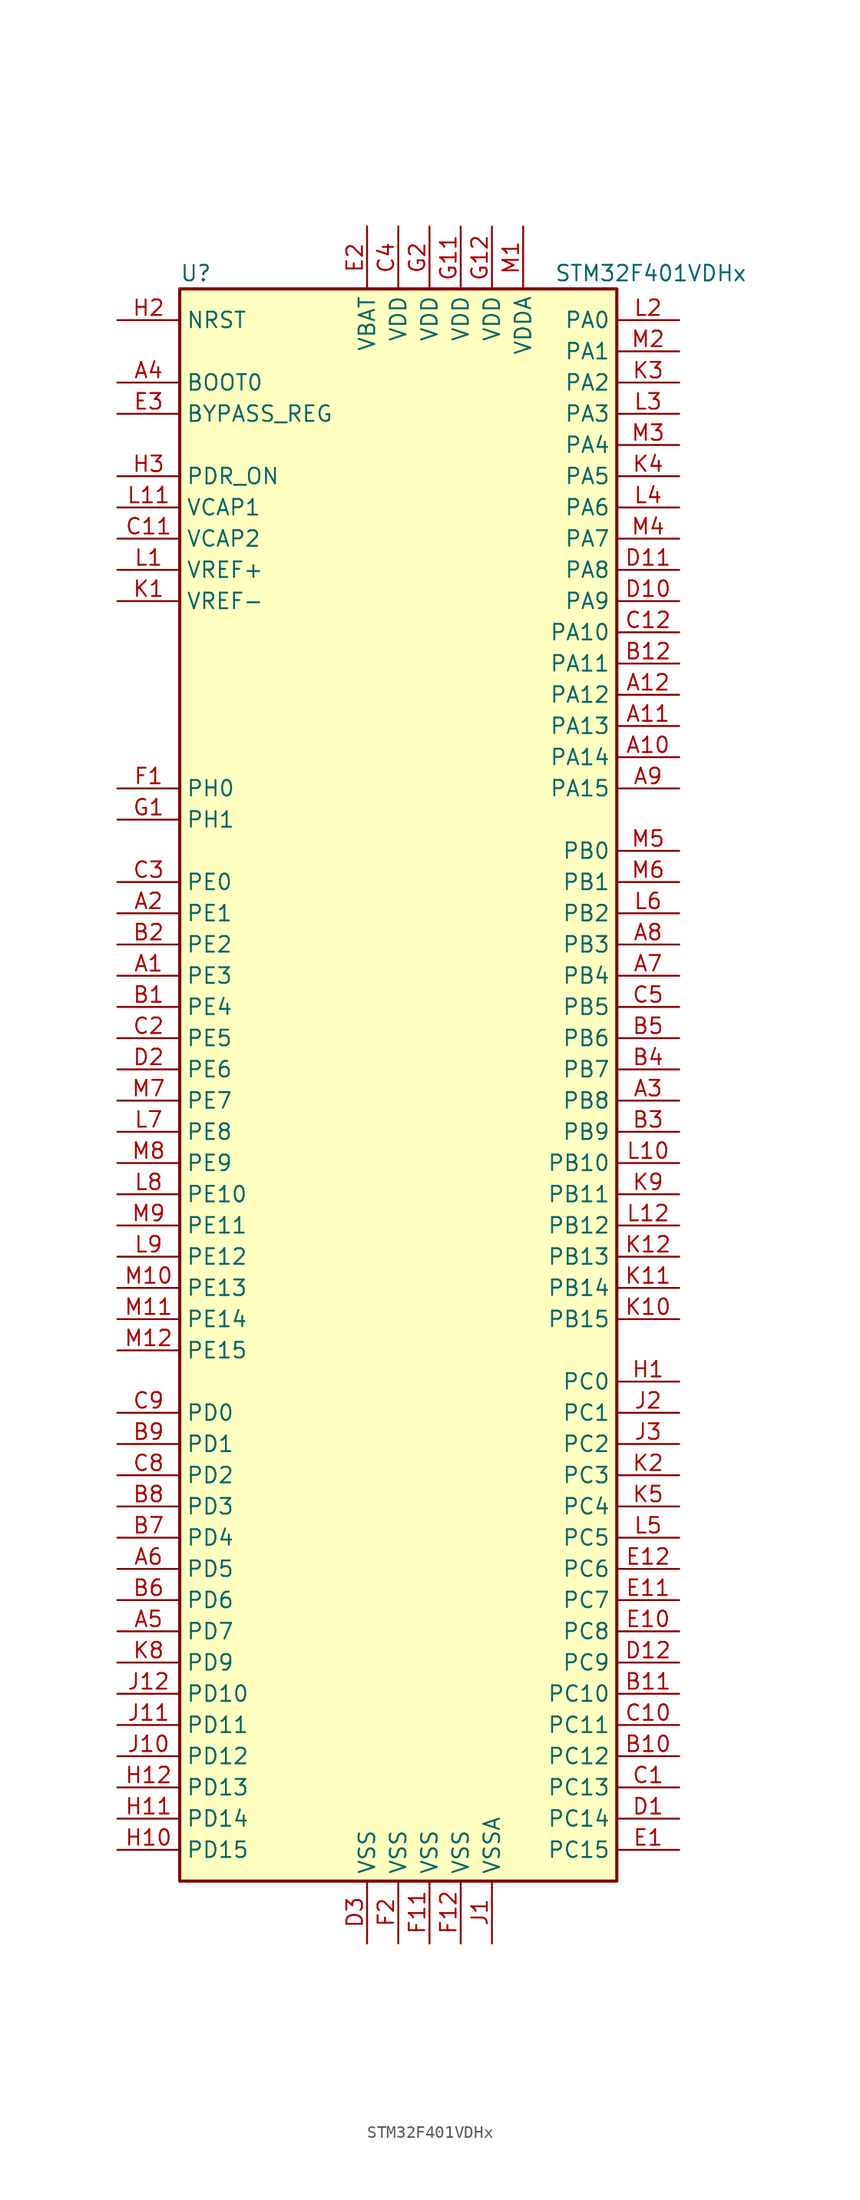
<source format=kicad_sym>
(kicad_symbol_lib
  (version 20220914)
  (generator kicad_symbol_editor)
  (symbol "STM32F401VDHx"
    (property "Reference" "U"
      (at -17.78 64.77 0)
      (effects (font (size 1.27 1.27)) (justify left)))
    (property "Value" "STM32F401VDHx"
      (at 12.7 64.77 0)
      (effects (font (size 1.27 1.27)) (justify left)))
    (symbol "STM32F401VDHx_0_1"
      (rectangle (start -17.78 -66.04) (end 17.78 63.5) (stroke (width 0.254) (type default)) (fill (type background))))
    (symbol "STM32F401VDHx_1_1"
      (pin bidirectional line (at -22.86 7.62 0) (length 5.08) (name "PE3" (effects (font (size 1.27 1.27)))) (number "A1" (effects (font (size 1.27 1.27)))))
      (pin bidirectional line (at 22.86 25.4 180) (length 5.08) (name "PA14" (effects (font (size 1.27 1.27)))) (number "A10" (effects (font (size 1.27 1.27)))))
      (pin bidirectional line (at 22.86 27.94 180) (length 5.08) (name "PA13" (effects (font (size 1.27 1.27)))) (number "A11" (effects (font (size 1.27 1.27)))))
      (pin bidirectional line (at 22.86 30.48 180) (length 5.08) (name "PA12" (effects (font (size 1.27 1.27)))) (number "A12" (effects (font (size 1.27 1.27)))))
      (pin bidirectional line (at -22.86 12.7 0) (length 5.08) (name "PE1" (effects (font (size 1.27 1.27)))) (number "A2" (effects (font (size 1.27 1.27)))))
      (pin bidirectional line (at 22.86 -2.54 180) (length 5.08) (name "PB8" (effects (font (size 1.27 1.27)))) (number "A3" (effects (font (size 1.27 1.27)))))
      (pin input line (at -22.86 55.88 0) (length 5.08) (name "BOOT0" (effects (font (size 1.27 1.27)))) (number "A4" (effects (font (size 1.27 1.27)))))
      (pin bidirectional line (at -22.86 -45.72 0) (length 5.08) (name "PD7" (effects (font (size 1.27 1.27)))) (number "A5" (effects (font (size 1.27 1.27)))))
      (pin bidirectional line (at -22.86 -40.64 0) (length 5.08) (name "PD5" (effects (font (size 1.27 1.27)))) (number "A6" (effects (font (size 1.27 1.27)))))
      (pin bidirectional line (at 22.86 7.62 180) (length 5.08) (name "PB4" (effects (font (size 1.27 1.27)))) (number "A7" (effects (font (size 1.27 1.27)))))
      (pin bidirectional line (at 22.86 10.16 180) (length 5.08) (name "PB3" (effects (font (size 1.27 1.27)))) (number "A8" (effects (font (size 1.27 1.27)))))
      (pin bidirectional line (at 22.86 22.86 180) (length 5.08) (name "PA15" (effects (font (size 1.27 1.27)))) (number "A9" (effects (font (size 1.27 1.27)))))
      (pin bidirectional line (at -22.86 5.08 0) (length 5.08) (name "PE4" (effects (font (size 1.27 1.27)))) (number "B1" (effects (font (size 1.27 1.27)))))
      (pin bidirectional line (at 22.86 -55.88 180) (length 5.08) (name "PC12" (effects (font (size 1.27 1.27)))) (number "B10" (effects (font (size 1.27 1.27)))))
      (pin bidirectional line (at 22.86 -50.8 180) (length 5.08) (name "PC10" (effects (font (size 1.27 1.27)))) (number "B11" (effects (font (size 1.27 1.27)))))
      (pin bidirectional line (at 22.86 33.02 180) (length 5.08) (name "PA11" (effects (font (size 1.27 1.27)))) (number "B12" (effects (font (size 1.27 1.27)))))
      (pin bidirectional line (at -22.86 10.16 0) (length 5.08) (name "PE2" (effects (font (size 1.27 1.27)))) (number "B2" (effects (font (size 1.27 1.27)))))
      (pin bidirectional line (at 22.86 -5.08 180) (length 5.08) (name "PB9" (effects (font (size 1.27 1.27)))) (number "B3" (effects (font (size 1.27 1.27)))))
      (pin bidirectional line (at 22.86 0 180) (length 5.08) (name "PB7" (effects (font (size 1.27 1.27)))) (number "B4" (effects (font (size 1.27 1.27)))))
      (pin bidirectional line (at 22.86 2.54 180) (length 5.08) (name "PB6" (effects (font (size 1.27 1.27)))) (number "B5" (effects (font (size 1.27 1.27)))))
      (pin bidirectional line (at -22.86 -43.18 0) (length 5.08) (name "PD6" (effects (font (size 1.27 1.27)))) (number "B6" (effects (font (size 1.27 1.27)))))
      (pin bidirectional line (at -22.86 -38.1 0) (length 5.08) (name "PD4" (effects (font (size 1.27 1.27)))) (number "B7" (effects (font (size 1.27 1.27)))))
      (pin bidirectional line (at -22.86 -35.56 0) (length 5.08) (name "PD3" (effects (font (size 1.27 1.27)))) (number "B8" (effects (font (size 1.27 1.27)))))
      (pin bidirectional line (at -22.86 -30.48 0) (length 5.08) (name "PD1" (effects (font (size 1.27 1.27)))) (number "B9" (effects (font (size 1.27 1.27)))))
      (pin bidirectional line (at 22.86 -58.42 180) (length 5.08) (name "PC13" (effects (font (size 1.27 1.27)))) (number "C1" (effects (font (size 1.27 1.27)))))
      (pin bidirectional line (at 22.86 -53.34 180) (length 5.08) (name "PC11" (effects (font (size 1.27 1.27)))) (number "C10" (effects (font (size 1.27 1.27)))))
      (pin power_in line (at -22.86 43.18 0) (length 5.08) (name "VCAP2" (effects (font (size 1.27 1.27)))) (number "C11" (effects (font (size 1.27 1.27)))))
      (pin bidirectional line (at 22.86 35.56 180) (length 5.08) (name "PA10" (effects (font (size 1.27 1.27)))) (number "C12" (effects (font (size 1.27 1.27)))))
      (pin bidirectional line (at -22.86 2.54 0) (length 5.08) (name "PE5" (effects (font (size 1.27 1.27)))) (number "C2" (effects (font (size 1.27 1.27)))))
      (pin bidirectional line (at -22.86 15.24 0) (length 5.08) (name "PE0" (effects (font (size 1.27 1.27)))) (number "C3" (effects (font (size 1.27 1.27)))))
      (pin power_in line (at 0 68.58 270) (length 5.08) (name "VDD" (effects (font (size 1.27 1.27)))) (number "C4" (effects (font (size 1.27 1.27)))))
      (pin bidirectional line (at 22.86 5.08 180) (length 5.08) (name "PB5" (effects (font (size 1.27 1.27)))) (number "C5" (effects (font (size 1.27 1.27)))))
      (pin bidirectional line (at -22.86 -33.02 0) (length 5.08) (name "PD2" (effects (font (size 1.27 1.27)))) (number "C8" (effects (font (size 1.27 1.27)))))
      (pin bidirectional line (at -22.86 -27.94 0) (length 5.08) (name "PD0" (effects (font (size 1.27 1.27)))) (number "C9" (effects (font (size 1.27 1.27)))))
      (pin bidirectional line (at 22.86 -60.96 180) (length 5.08) (name "PC14" (effects (font (size 1.27 1.27)))) (number "D1" (effects (font (size 1.27 1.27)))))
      (pin bidirectional line (at 22.86 38.1 180) (length 5.08) (name "PA9" (effects (font (size 1.27 1.27)))) (number "D10" (effects (font (size 1.27 1.27)))))
      (pin bidirectional line (at 22.86 40.64 180) (length 5.08) (name "PA8" (effects (font (size 1.27 1.27)))) (number "D11" (effects (font (size 1.27 1.27)))))
      (pin bidirectional line (at 22.86 -48.26 180) (length 5.08) (name "PC9" (effects (font (size 1.27 1.27)))) (number "D12" (effects (font (size 1.27 1.27)))))
      (pin bidirectional line (at -22.86 0 0) (length 5.08) (name "PE6" (effects (font (size 1.27 1.27)))) (number "D2" (effects (font (size 1.27 1.27)))))
      (pin power_in line (at -2.54 -71.12 90) (length 5.08) (name "VSS" (effects (font (size 1.27 1.27)))) (number "D3" (effects (font (size 1.27 1.27)))))
      (pin bidirectional line (at 22.86 -63.5 180) (length 5.08) (name "PC15" (effects (font (size 1.27 1.27)))) (number "E1" (effects (font (size 1.27 1.27)))))
      (pin bidirectional line (at 22.86 -45.72 180) (length 5.08) (name "PC8" (effects (font (size 1.27 1.27)))) (number "E10" (effects (font (size 1.27 1.27)))))
      (pin bidirectional line (at 22.86 -43.18 180) (length 5.08) (name "PC7" (effects (font (size 1.27 1.27)))) (number "E11" (effects (font (size 1.27 1.27)))))
      (pin bidirectional line (at 22.86 -40.64 180) (length 5.08) (name "PC6" (effects (font (size 1.27 1.27)))) (number "E12" (effects (font (size 1.27 1.27)))))
      (pin power_in line (at -2.54 68.58 270) (length 5.08) (name "VBAT" (effects (font (size 1.27 1.27)))) (number "E2" (effects (font (size 1.27 1.27)))))
      (pin input line (at -22.86 53.34 0) (length 5.08) (name "BYPASS_REG" (effects (font (size 1.27 1.27)))) (number "E3" (effects (font (size 1.27 1.27)))))
      (pin input line (at -22.86 22.86 0) (length 5.08) (name "PH0" (effects (font (size 1.27 1.27)))) (number "F1" (effects (font (size 1.27 1.27)))))
      (pin power_in line (at 2.54 -71.12 90) (length 5.08) (name "VSS" (effects (font (size 1.27 1.27)))) (number "F11" (effects (font (size 1.27 1.27)))))
      (pin power_in line (at 5.08 -71.12 90) (length 5.08) (name "VSS" (effects (font (size 1.27 1.27)))) (number "F12" (effects (font (size 1.27 1.27)))))
      (pin power_in line (at 0 -71.12 90) (length 5.08) (name "VSS" (effects (font (size 1.27 1.27)))) (number "F2" (effects (font (size 1.27 1.27)))))
      (pin input line (at -22.86 20.32 0) (length 5.08) (name "PH1" (effects (font (size 1.27 1.27)))) (number "G1" (effects (font (size 1.27 1.27)))))
      (pin power_in line (at 5.08 68.58 270) (length 5.08) (name "VDD" (effects (font (size 1.27 1.27)))) (number "G11" (effects (font (size 1.27 1.27)))))
      (pin power_in line (at 7.62 68.58 270) (length 5.08) (name "VDD" (effects (font (size 1.27 1.27)))) (number "G12" (effects (font (size 1.27 1.27)))))
      (pin power_in line (at 2.54 68.58 270) (length 5.08) (name "VDD" (effects (font (size 1.27 1.27)))) (number "G2" (effects (font (size 1.27 1.27)))))
      (pin bidirectional line (at 22.86 -25.4 180) (length 5.08) (name "PC0" (effects (font (size 1.27 1.27)))) (number "H1" (effects (font (size 1.27 1.27)))))
      (pin bidirectional line (at -22.86 -63.5 0) (length 5.08) (name "PD15" (effects (font (size 1.27 1.27)))) (number "H10" (effects (font (size 1.27 1.27)))))
      (pin bidirectional line (at -22.86 -60.96 0) (length 5.08) (name "PD14" (effects (font (size 1.27 1.27)))) (number "H11" (effects (font (size 1.27 1.27)))))
      (pin bidirectional line (at -22.86 -58.42 0) (length 5.08) (name "PD13" (effects (font (size 1.27 1.27)))) (number "H12" (effects (font (size 1.27 1.27)))))
      (pin input line (at -22.86 60.96 0) (length 5.08) (name "NRST" (effects (font (size 1.27 1.27)))) (number "H2" (effects (font (size 1.27 1.27)))))
      (pin power_in line (at -22.86 48.26 0) (length 5.08) (name "PDR_ON" (effects (font (size 1.27 1.27)))) (number "H3" (effects (font (size 1.27 1.27)))))
      (pin power_in line (at 7.62 -71.12 90) (length 5.08) (name "VSSA" (effects (font (size 1.27 1.27)))) (number "J1" (effects (font (size 1.27 1.27)))))
      (pin bidirectional line (at -22.86 -55.88 0) (length 5.08) (name "PD12" (effects (font (size 1.27 1.27)))) (number "J10" (effects (font (size 1.27 1.27)))))
      (pin bidirectional line (at -22.86 -53.34 0) (length 5.08) (name "PD11" (effects (font (size 1.27 1.27)))) (number "J11" (effects (font (size 1.27 1.27)))))
      (pin bidirectional line (at -22.86 -50.8 0) (length 5.08) (name "PD10" (effects (font (size 1.27 1.27)))) (number "J12" (effects (font (size 1.27 1.27)))))
      (pin bidirectional line (at 22.86 -27.94 180) (length 5.08) (name "PC1" (effects (font (size 1.27 1.27)))) (number "J2" (effects (font (size 1.27 1.27)))))
      (pin bidirectional line (at 22.86 -30.48 180) (length 5.08) (name "PC2" (effects (font (size 1.27 1.27)))) (number "J3" (effects (font (size 1.27 1.27)))))
      (pin power_in line (at -22.86 38.1 0) (length 5.08) (name "VREF-" (effects (font (size 1.27 1.27)))) (number "K1" (effects (font (size 1.27 1.27)))))
      (pin bidirectional line (at 22.86 -20.32 180) (length 5.08) (name "PB15" (effects (font (size 1.27 1.27)))) (number "K10" (effects (font (size 1.27 1.27)))))
      (pin bidirectional line (at 22.86 -17.78 180) (length 5.08) (name "PB14" (effects (font (size 1.27 1.27)))) (number "K11" (effects (font (size 1.27 1.27)))))
      (pin bidirectional line (at 22.86 -15.24 180) (length 5.08) (name "PB13" (effects (font (size 1.27 1.27)))) (number "K12" (effects (font (size 1.27 1.27)))))
      (pin bidirectional line (at 22.86 -33.02 180) (length 5.08) (name "PC3" (effects (font (size 1.27 1.27)))) (number "K2" (effects (font (size 1.27 1.27)))))
      (pin bidirectional line (at 22.86 55.88 180) (length 5.08) (name "PA2" (effects (font (size 1.27 1.27)))) (number "K3" (effects (font (size 1.27 1.27)))))
      (pin bidirectional line (at 22.86 48.26 180) (length 5.08) (name "PA5" (effects (font (size 1.27 1.27)))) (number "K4" (effects (font (size 1.27 1.27)))))
      (pin bidirectional line (at 22.86 -35.56 180) (length 5.08) (name "PC4" (effects (font (size 1.27 1.27)))) (number "K5" (effects (font (size 1.27 1.27)))))
      (pin bidirectional line (at -22.86 -48.26 0) (length 5.08) (name "PD9" (effects (font (size 1.27 1.27)))) (number "K8" (effects (font (size 1.27 1.27)))))
      (pin bidirectional line (at 22.86 -10.16 180) (length 5.08) (name "PB11" (effects (font (size 1.27 1.27)))) (number "K9" (effects (font (size 1.27 1.27)))))
      (pin power_in line (at -22.86 40.64 0) (length 5.08) (name "VREF+" (effects (font (size 1.27 1.27)))) (number "L1" (effects (font (size 1.27 1.27)))))
      (pin bidirectional line (at 22.86 -7.62 180) (length 5.08) (name "PB10" (effects (font (size 1.27 1.27)))) (number "L10" (effects (font (size 1.27 1.27)))))
      (pin power_in line (at -22.86 45.72 0) (length 5.08) (name "VCAP1" (effects (font (size 1.27 1.27)))) (number "L11" (effects (font (size 1.27 1.27)))))
      (pin bidirectional line (at 22.86 -12.7 180) (length 5.08) (name "PB12" (effects (font (size 1.27 1.27)))) (number "L12" (effects (font (size 1.27 1.27)))))
      (pin bidirectional line (at 22.86 60.96 180) (length 5.08) (name "PA0" (effects (font (size 1.27 1.27)))) (number "L2" (effects (font (size 1.27 1.27)))))
      (pin bidirectional line (at 22.86 53.34 180) (length 5.08) (name "PA3" (effects (font (size 1.27 1.27)))) (number "L3" (effects (font (size 1.27 1.27)))))
      (pin bidirectional line (at 22.86 45.72 180) (length 5.08) (name "PA6" (effects (font (size 1.27 1.27)))) (number "L4" (effects (font (size 1.27 1.27)))))
      (pin bidirectional line (at 22.86 -38.1 180) (length 5.08) (name "PC5" (effects (font (size 1.27 1.27)))) (number "L5" (effects (font (size 1.27 1.27)))))
      (pin bidirectional line (at 22.86 12.7 180) (length 5.08) (name "PB2" (effects (font (size 1.27 1.27)))) (number "L6" (effects (font (size 1.27 1.27)))))
      (pin bidirectional line (at -22.86 -5.08 0) (length 5.08) (name "PE8" (effects (font (size 1.27 1.27)))) (number "L7" (effects (font (size 1.27 1.27)))))
      (pin bidirectional line (at -22.86 -10.16 0) (length 5.08) (name "PE10" (effects (font (size 1.27 1.27)))) (number "L8" (effects (font (size 1.27 1.27)))))
      (pin bidirectional line (at -22.86 -15.24 0) (length 5.08) (name "PE12" (effects (font (size 1.27 1.27)))) (number "L9" (effects (font (size 1.27 1.27)))))
      (pin power_in line (at 10.16 68.58 270) (length 5.08) (name "VDDA" (effects (font (size 1.27 1.27)))) (number "M1" (effects (font (size 1.27 1.27)))))
      (pin bidirectional line (at -22.86 -17.78 0) (length 5.08) (name "PE13" (effects (font (size 1.27 1.27)))) (number "M10" (effects (font (size 1.27 1.27)))))
      (pin bidirectional line (at -22.86 -20.32 0) (length 5.08) (name "PE14" (effects (font (size 1.27 1.27)))) (number "M11" (effects (font (size 1.27 1.27)))))
      (pin bidirectional line (at -22.86 -22.86 0) (length 5.08) (name "PE15" (effects (font (size 1.27 1.27)))) (number "M12" (effects (font (size 1.27 1.27)))))
      (pin bidirectional line (at 22.86 58.42 180) (length 5.08) (name "PA1" (effects (font (size 1.27 1.27)))) (number "M2" (effects (font (size 1.27 1.27)))))
      (pin bidirectional line (at 22.86 50.8 180) (length 5.08) (name "PA4" (effects (font (size 1.27 1.27)))) (number "M3" (effects (font (size 1.27 1.27)))))
      (pin bidirectional line (at 22.86 43.18 180) (length 5.08) (name "PA7" (effects (font (size 1.27 1.27)))) (number "M4" (effects (font (size 1.27 1.27)))))
      (pin bidirectional line (at 22.86 17.78 180) (length 5.08) (name "PB0" (effects (font (size 1.27 1.27)))) (number "M5" (effects (font (size 1.27 1.27)))))
      (pin bidirectional line (at 22.86 15.24 180) (length 5.08) (name "PB1" (effects (font (size 1.27 1.27)))) (number "M6" (effects (font (size 1.27 1.27)))))
      (pin bidirectional line (at -22.86 -2.54 0) (length 5.08) (name "PE7" (effects (font (size 1.27 1.27)))) (number "M7" (effects (font (size 1.27 1.27)))))
      (pin bidirectional line (at -22.86 -7.62 0) (length 5.08) (name "PE9" (effects (font (size 1.27 1.27)))) (number "M8" (effects (font (size 1.27 1.27)))))
      (pin bidirectional line (at -22.86 -12.7 0) (length 5.08) (name "PE11" (effects (font (size 1.27 1.27)))) (number "M9" (effects (font (size 1.27 1.27))))))))
</source>
